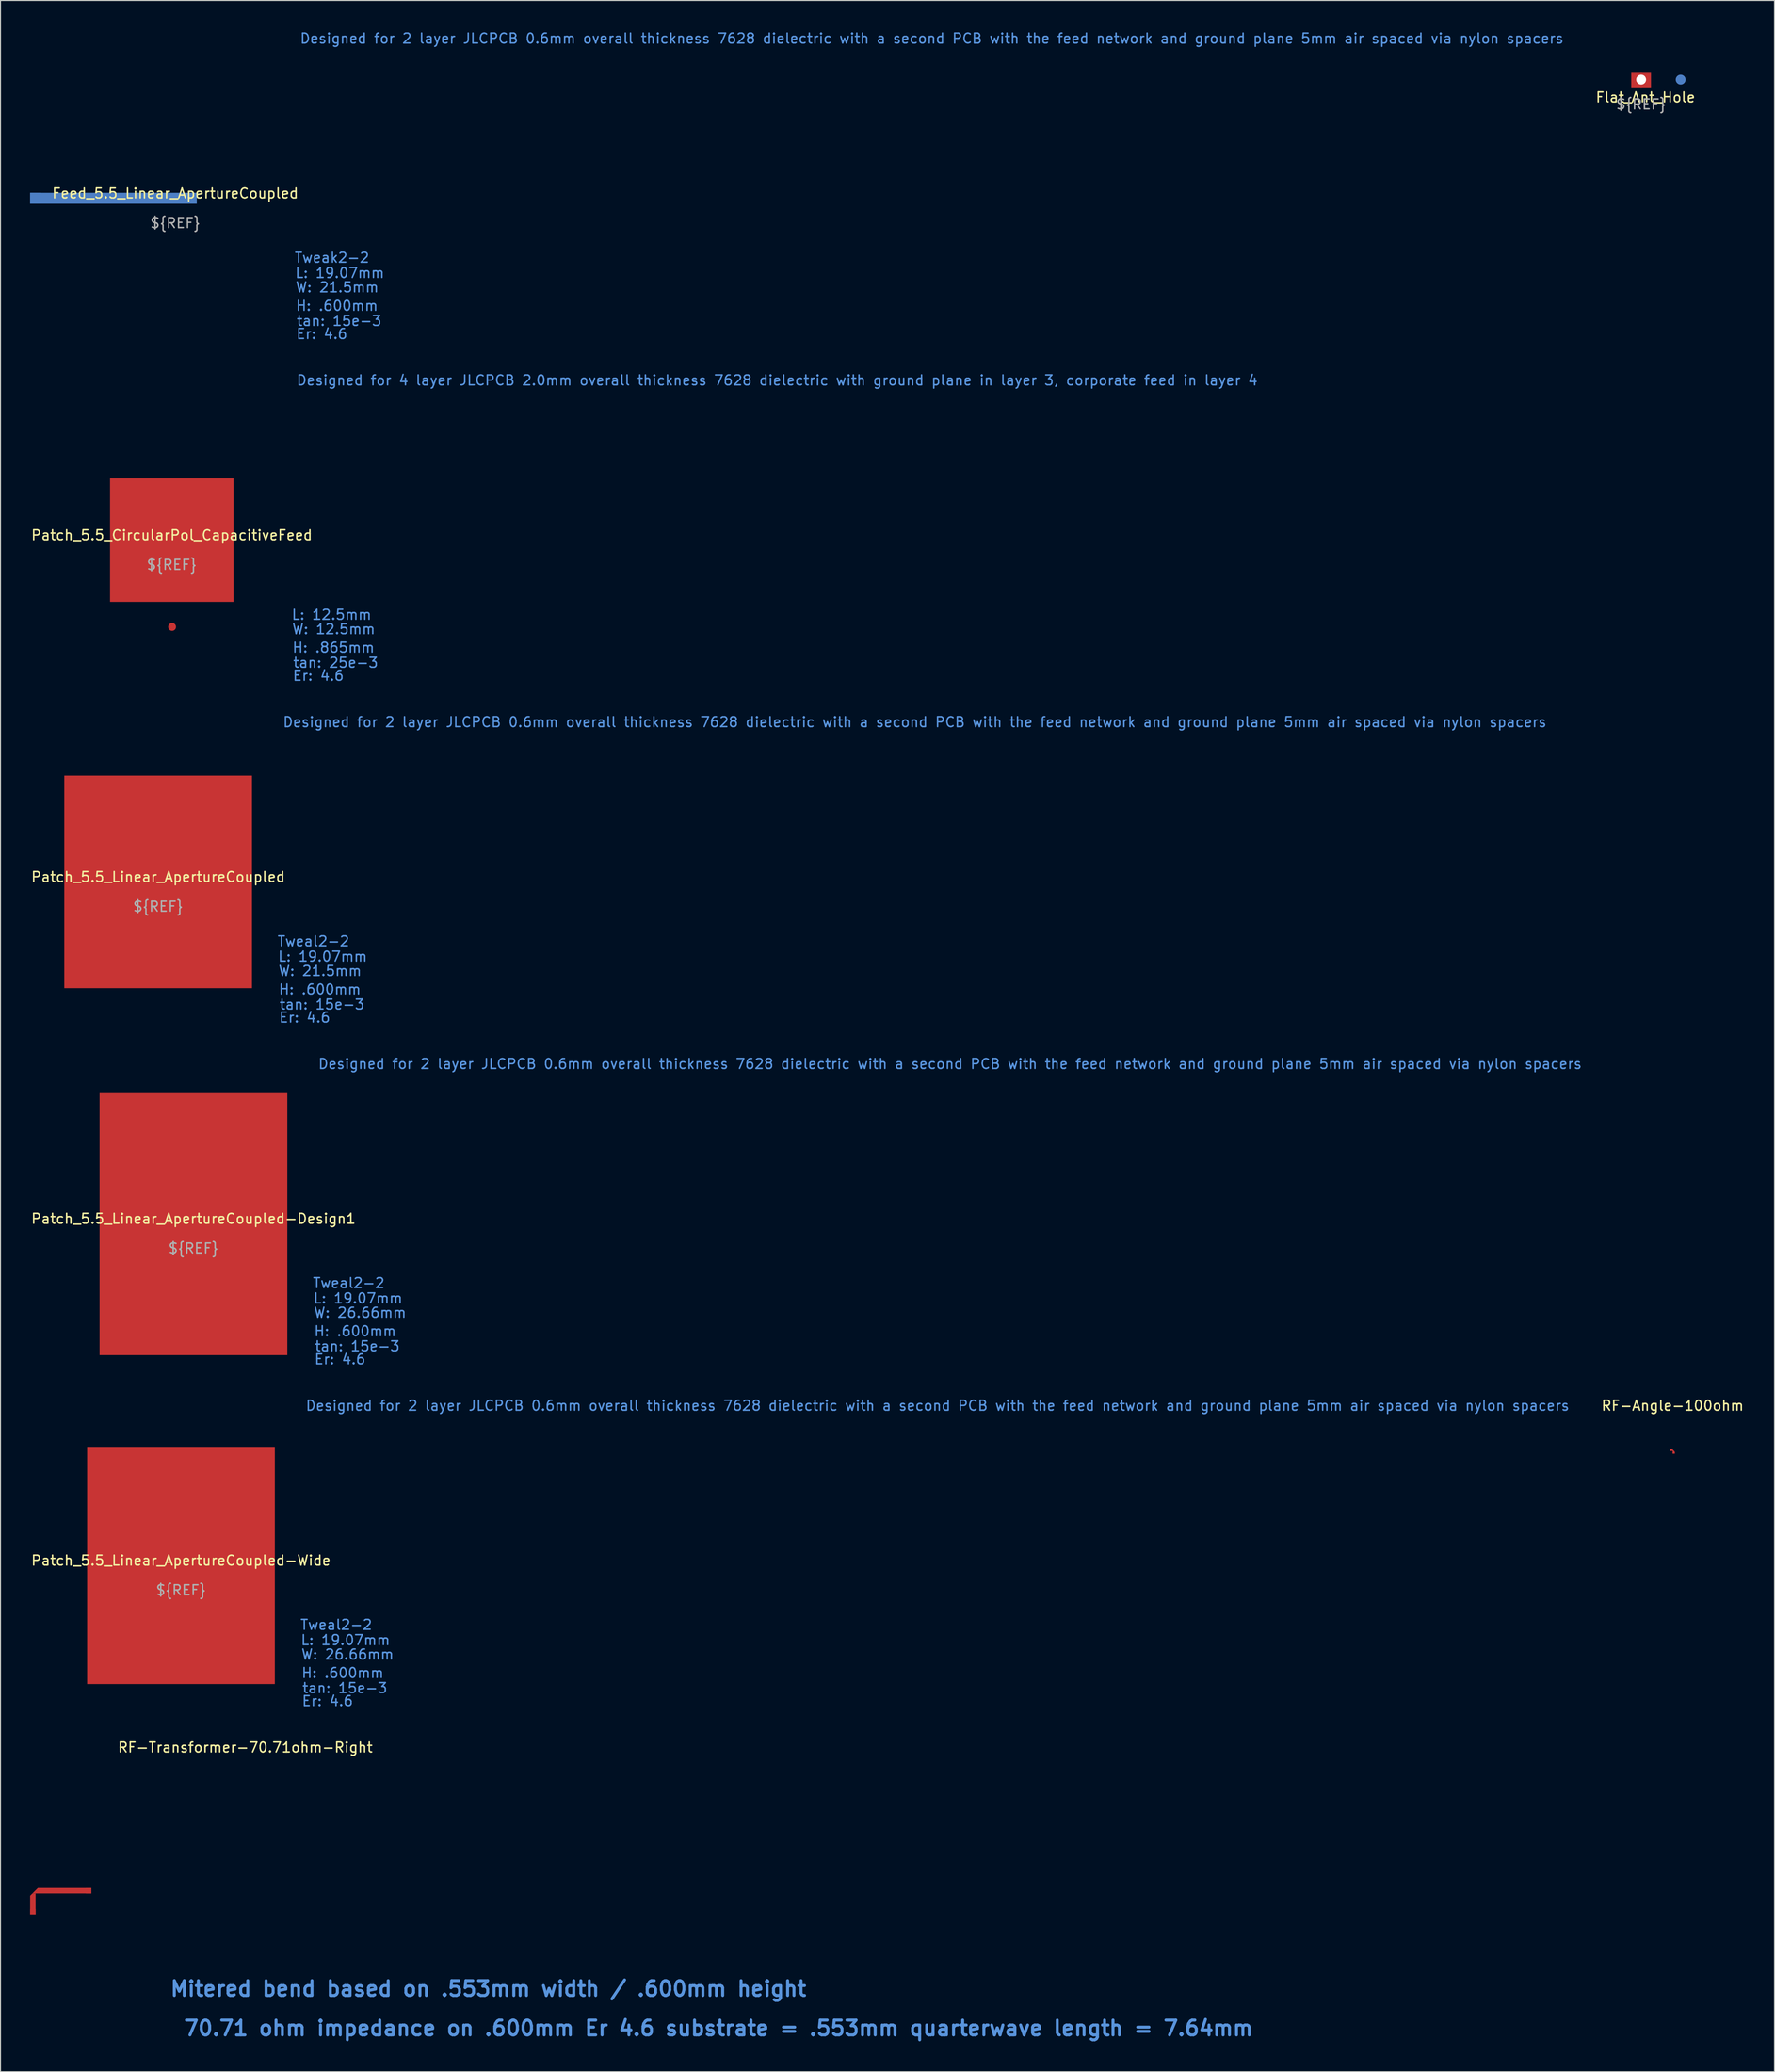
<source format=kicad_pcb>
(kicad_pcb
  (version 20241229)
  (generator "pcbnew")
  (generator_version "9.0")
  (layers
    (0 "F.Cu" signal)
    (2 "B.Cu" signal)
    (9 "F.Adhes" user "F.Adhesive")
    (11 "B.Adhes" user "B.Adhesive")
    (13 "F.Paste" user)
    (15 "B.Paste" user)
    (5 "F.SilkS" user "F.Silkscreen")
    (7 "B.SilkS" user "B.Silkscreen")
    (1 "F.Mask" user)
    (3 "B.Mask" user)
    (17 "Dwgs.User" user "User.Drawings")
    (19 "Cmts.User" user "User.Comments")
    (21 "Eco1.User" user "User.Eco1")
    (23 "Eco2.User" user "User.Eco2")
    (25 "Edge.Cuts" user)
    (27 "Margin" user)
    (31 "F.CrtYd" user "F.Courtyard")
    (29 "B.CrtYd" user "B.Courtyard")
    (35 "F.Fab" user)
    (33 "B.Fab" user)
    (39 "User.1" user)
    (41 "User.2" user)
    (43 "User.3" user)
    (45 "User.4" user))
  (footprint "Patch_5.5_CircularPol_CapacitiveFeed"
    (layer "F.Cu")
    (at 14.339 51.601)
    (property "Reference" "Patch_5.5_CircularPol_CapacitiveFeed" (at 0 -0.5 0) (unlocked yes) (layer "F.SilkS") (effects (font (size 1 1) (thickness 0.15))))
    (attr through_hole)
    (fp_poly (pts (xy 6.25 -6.25) (xy 6.25 6.25) (xy -6.25 6.25) (xy -6.25 -6.25)) (stroke (width 0.0001) (type solid)) (fill yes) (layer "F.Cu"))
    (fp_text user "H: .865mm" (at 12.126 10.872 0) (unlocked yes) (layer "Cmts.User") (effects (font (size 1 1) (thickness 0.15)) (justify left)))
    (fp_text user "Designed for 4 layer JLCPCB 2.0mm overall thickness 7628 dielectric with ground plane in layer 3, corporate feed in layer 4" (at 12.55 -16.17 0) (unlocked yes) (layer "Cmts.User") (effects (font (size 1 1) (thickness 0.15)) (justify left)))
    (fp_text user "tan: 25e-3" (at 12.2 12.4 0) (unlocked yes) (layer "Cmts.User") (effects (font (size 1 1) (thickness 0.15)) (justify left)))
    (fp_text user "L: 12.5mm" (at 12.054 7.547 0) (unlocked yes) (layer "Cmts.User") (effects (font (size 1 1) (thickness 0.15)) (justify left)))
    (fp_text user "W: 12.5mm" (at 12.1 9 0) (unlocked yes) (layer "Cmts.User") (effects (font (size 1 1) (thickness 0.15)) (justify left)))
    (fp_text user "Er: 4.6" (at 12.163 13.716 0) (unlocked yes) (layer "Cmts.User") (effects (font (size 1 1) (thickness 0.15)) (justify left)))
    (fp_text user "${REF}" (at 0 2.5 0) (unlocked yes) (layer "F.Fab") (effects (font (size 1 1) (thickness 0.15))))
    (pad "1" smd circle (at 0.03 8.78) (size 0.792 0.792) (layers "F.Cu")))
  (footprint "Feed_5.5_Linear_ApertureCoupled"
    (layer "F.Cu")
    (at 14.69 17.018)
    (property "Reference" "Feed_5.5_Linear_ApertureCoupled" (at 0 -0.5 0) (unlocked yes) (layer "F.SilkS") (effects (font (size 1 1) (thickness 0.15))))
    (attr through_hole)
    (fp_rect (start -14.69 -0.554) (end 2.178 0.554) (stroke (width 0.0001) (type solid)) (fill yes) (layer "B.Cu"))
    (fp_text user "L: 19.07mm" (at 12.054 7.547 0) (unlocked yes) (layer "Cmts.User") (effects (font (size 1 1) (thickness 0.15)) (justify left)))
    (fp_text user "tan: 15e-3" (at 12.2 12.4 0) (unlocked yes) (layer "Cmts.User") (effects (font (size 1 1) (thickness 0.15)) (justify left)))
    (fp_text user "Er: 4.6" (at 12.163 13.716 0) (unlocked yes) (layer "Cmts.User") (effects (font (size 1 1) (thickness 0.15)) (justify left)))
    (fp_text user "Designed for 2 layer JLCPCB 0.6mm overall thickness 7628 dielectric with a second PCB with the feed network and ground plane 5mm air spaced via nylon spacers" (at 12.55 -16.17 0) (unlocked yes) (layer "Cmts.User") (effects (font (size 1 1) (thickness 0.15)) (justify left)))
    (fp_text user "Tweak2-2" (at 12 6 0) (unlocked yes) (layer "Cmts.User") (effects (font (size 1 1) (thickness 0.15)) (justify left)))
    (fp_text user "H: .600mm" (at 12.126 10.872 0) (unlocked yes) (layer "Cmts.User") (effects (font (size 1 1) (thickness 0.15)) (justify left)))
    (fp_text user "W: 21.5mm" (at 12.1 9 0) (unlocked yes) (layer "Cmts.User") (effects (font (size 1 1) (thickness 0.15)) (justify left)))
    (fp_text user "${REF}" (at 0 2.5 0) (unlocked yes) (layer "F.Fab") (effects (font (size 1 1) (thickness 0.15))))
    (pad "1" smd rect (at -14.136 -0.001) (size 1.109 1.109) (layers "B.Cu"))
    (zone (net_name "") (layer "F.Cu") (name "Aperture") (hatch edge 0.508) (connect_pads) (min_thickness 0.254) (filled_areas_thickness no) (keepout (tracks not_allowed) (vias not_allowed) (pads not_allowed) (copperpour not_allowed) (footprints not_allowed)) (placement (enabled no)) (fill) (polygon (pts (xy 14.963 24.228) (xy 14.417 24.228) (xy 14.417 9.808) (xy 14.963 9.808)))))
  (footprint "Flat_Ant_Hole"
    (layer "F.Cu")
    (at 163.056 5.012)
    (property "Reference" "Flat_Ant_Hole" (at 0.44 1.79 0) (unlocked yes) (layer "F.SilkS") (effects (font (size 1 1) (thickness 0.15))))
    (attr through_hole)
    (fp_poly (pts (xy 0.998 -0.782) (xy 0.998 0.782) (xy -1.002 0.782) (xy -1.002 -0.782)) (stroke (width 0.0001) (type solid)) (fill yes) (layer "F.Mask"))
    (fp_arc (start 1.095 -3.734) (mid 3.902205 -0.009972) (end 1.123 3.734999) (stroke (width 2.2) (type solid)) (layer "B.Mask"))
    (fp_poly (pts (xy 2.982 -0.486) (xy 0.003 -0.559) (xy 0.003 -4.996) (xy 1.284 -4.81)) (stroke (width 0.0001) (type solid)) (fill yes) (layer "B.Mask"))
    (fp_poly (pts (xy 1.468 4.784) (xy -0.002 5.004) (xy -0.005 0.56) (xy 0.616 0.555) (xy 0.597 -0.567) (xy 3.24 -0.486)) (stroke (width 0.0001) (type solid)) (fill yes) (layer "B.Mask"))
    (fp_poly (pts (xy 0.328 -4.991) (xy 0.526 -4.971) (xy 0.68 -4.948) (xy 0.908 -4.913) (xy 1.271 -4.826) (xy 1.783 -4.657) (xy 0.003 -4.662) (xy 0.003 -5.012) (xy 0.142 -5.004)) (stroke (width 0.0001) (type solid)) (fill yes) (layer "B.Mask"))
    (fp_poly (pts (xy 1.262 4.839) (xy 1.092 4.879) (xy 0.892 4.919) (xy 0.642 4.959) (xy 0.452 4.979) (xy 0.302 4.989) (xy 0.092 4.999) (xy 0.002 4.999) (xy 1.472 4.779)) (stroke (width 0.0001) (type solid)) (fill yes) (layer "B.Mask"))
    (fp_poly (pts (xy 0.613 0.561) (xy 0.023 0.561) (xy 0.113 0.541) (xy 0.223 0.501) (xy 0.323 0.451) (xy 0.413 0.381) (xy 0.473 0.311) (xy 0.541 0.174) (xy 0.552 -0.049) (xy 0.515 -0.19) (xy 0.463 -0.279) (xy 0.413 -0.349) (xy 0.353 -0.419) (xy 0.283 -0.479) (xy 0.213 -0.519) (xy 0.113 -0.559) (xy 0.613 -0.559)) (stroke (width 0.0001) (type solid)) (fill yes) (layer "B.Mask"))
    (fp_text user "${REF}" (at 0 2.5 0) (unlocked yes) (layer "F.Fab") (effects (font (size 1 1) (thickness 0.15))))
    (pad "" np_thru_hole circle (at 0 0) (size 1.565 1.565) (drill 1) (layers "F.Cu" "F.Mask"))
    (pad "1" smd custom (at 0 0) (size 1.524 1.524) (layers "F.Cu") (options (anchor circle)) (primitives (gr_poly (pts (xy 0.998 -0.782) (xy 0.998 0.782) (xy -1.002 0.782) (xy -1.002 -0.782)) (width 0.0001) (fill yes))))
    (pad "2" smd circle (at 4 0) (size 1 1) (layers "B.Cu")))
  (footprint "Patch_5.5_Linear_ApertureCoupled-Design1"
    (layer "F.Cu")
    (at 16.53 120.766)
    (property "Reference" "Patch_5.5_Linear_ApertureCoupled-Design1" (at 0 -0.5 0) (unlocked yes) (layer "F.SilkS") (effects (font (size 1 1) (thickness 0.15))))
    (attr through_hole)
    (fp_rect (start -9.5 -13.3) (end 9.5 13.3) (stroke (width 0.0001) (type solid)) (fill yes) (layer "F.Cu"))
    (fp_text user "W: 26.66mm" (at 12.1 9 0) (unlocked yes) (layer "Cmts.User") (effects (font (size 1 1) (thickness 0.15)) (justify left)))
    (fp_text user "H: .600mm" (at 12.126 10.872 0) (unlocked yes) (layer "Cmts.User") (effects (font (size 1 1) (thickness 0.15)) (justify left)))
    (fp_text user "L: 19.07mm" (at 12.054 7.547 0) (unlocked yes) (layer "Cmts.User") (effects (font (size 1 1) (thickness 0.15)) (justify left)))
    (fp_text user "Tweal2-2" (at 12 6 0) (unlocked yes) (layer "Cmts.User") (effects (font (size 1 1) (thickness 0.15)) (justify left)))
    (fp_text user "Er: 4.6" (at 12.163 13.716 0) (unlocked yes) (layer "Cmts.User") (effects (font (size 1 1) (thickness 0.15)) (justify left)))
    (fp_text user "tan: 15e-3" (at 12.2 12.4 0) (unlocked yes) (layer "Cmts.User") (effects (font (size 1 1) (thickness 0.15)) (justify left)))
    (fp_text user "Designed for 2 layer JLCPCB 0.6mm overall thickness 7628 dielectric with a second PCB with the feed network and ground plane 5mm air spaced via nylon spacers" (at 12.55 -16.17 0) (unlocked yes) (layer "Cmts.User") (effects (font (size 1 1) (thickness 0.15)) (justify left)))
    (fp_text user "${REF}" (at 0 2.5 0) (unlocked yes) (layer "F.Fab") (effects (font (size 1 1) (thickness 0.15)))))
  (footprint "RF-Angle-100ohm"
    (layer "F.Cu")
    (at 166.351 143.658)
    (property "Reference" "RF-Angle-100ohm" (at -0.111 -4.48 0) (unlocked yes) (layer "F.SilkS") (effects (font (size 1 1) (thickness 0.15))))
    (fp_poly (pts (xy 0.111 0.182) (xy 0.111 0.376) (xy -0.111 0.376) (xy -0.111 0.111) (xy -0.376 0.111) (xy -0.376 -0.111) (xy -0.177 -0.111)) (stroke (width 0.0001) (type solid)) (fill yes) (layer "F.Cu"))
    (pad "1" connect rect (at -0.32 0) (size 0.111 0.222) (layers "F.Cu"))
    (pad "2" connect rect (at 0 0.32) (size 0.222 0.111) (layers "F.Cu")))
  (footprint "Patch_5.5_Linear_ApertureCoupled"
    (layer "F.Cu")
    (at 12.958 86.183)
    (property "Reference" "Patch_5.5_Linear_ApertureCoupled" (at 0 -0.5 0) (unlocked yes) (layer "F.SilkS") (effects (font (size 1 1) (thickness 0.15))))
    (attr through_hole)
    (fp_rect (start -9.5 -10.75) (end 9.5 10.75) (stroke (width 0.0001) (type solid)) (fill yes) (layer "F.Cu"))
    (fp_text user "H: .600mm" (at 12.126 10.872 0) (unlocked yes) (layer "Cmts.User") (effects (font (size 1 1) (thickness 0.15)) (justify left)))
    (fp_text user "L: 19.07mm" (at 12.054 7.547 0) (unlocked yes) (layer "Cmts.User") (effects (font (size 1 1) (thickness 0.15)) (justify left)))
    (fp_text user "Tweal2-2" (at 12 6 0) (unlocked yes) (layer "Cmts.User") (effects (font (size 1 1) (thickness 0.15)) (justify left)))
    (fp_text user "Designed for 2 layer JLCPCB 0.6mm overall thickness 7628 dielectric with a second PCB with the feed network and ground plane 5mm air spaced via nylon spacers" (at 12.55 -16.17 0) (unlocked yes) (layer "Cmts.User") (effects (font (size 1 1) (thickness 0.15)) (justify left)))
    (fp_text user "W: 21.5mm" (at 12.1 9 0) (unlocked yes) (layer "Cmts.User") (effects (font (size 1 1) (thickness 0.15)) (justify left)))
    (fp_text user "Er: 4.6" (at 12.163 13.716 0) (unlocked yes) (layer "Cmts.User") (effects (font (size 1 1) (thickness 0.15)) (justify left)))
    (fp_text user "tan: 15e-3" (at 12.2 12.4 0) (unlocked yes) (layer "Cmts.User") (effects (font (size 1 1) (thickness 0.15)) (justify left)))
    (fp_text user "${REF}" (at 0 2.5 0) (unlocked yes) (layer "F.Fab") (effects (font (size 1 1) (thickness 0.15)))))
  (footprint "Patch_5.5_Linear_ApertureCoupled-Wide"
    (layer "F.Cu")
    (at 15.268 155.348)
    (property "Reference" "Patch_5.5_Linear_ApertureCoupled-Wide" (at 0 -0.5 0) (unlocked yes) (layer "F.SilkS") (effects (font (size 1 1) (thickness 0.15))))
    (attr through_hole)
    (fp_rect (start -9.5 -12) (end 9.5 12) (stroke (width 0.0001) (type solid)) (fill yes) (layer "F.Cu"))
    (fp_text user "Designed for 2 layer JLCPCB 0.6mm overall thickness 7628 dielectric with a second PCB with the feed network and ground plane 5mm air spaced via nylon spacers" (at 12.55 -16.17 0) (unlocked yes) (layer "Cmts.User") (effects (font (size 1 1) (thickness 0.15)) (justify left)))
    (fp_text user "Tweal2-2" (at 12 6 0) (unlocked yes) (layer "Cmts.User") (effects (font (size 1 1) (thickness 0.15)) (justify left)))
    (fp_text user "tan: 15e-3" (at 12.2 12.4 0) (unlocked yes) (layer "Cmts.User") (effects (font (size 1 1) (thickness 0.15)) (justify left)))
    (fp_text user "L: 19.07mm" (at 12.054 7.547 0) (unlocked yes) (layer "Cmts.User") (effects (font (size 1 1) (thickness 0.15)) (justify left)))
    (fp_text user "H: .600mm" (at 12.126 10.872 0) (unlocked yes) (layer "Cmts.User") (effects (font (size 1 1) (thickness 0.15)) (justify left)))
    (fp_text user "Er: 4.6" (at 12.163 13.716 0) (unlocked yes) (layer "Cmts.User") (effects (font (size 1 1) (thickness 0.15)) (justify left)))
    (fp_text user "W: 26.66mm" (at 12.1 9 0) (unlocked yes) (layer "Cmts.User") (effects (font (size 1 1) (thickness 0.15)) (justify left)))
    (fp_text user "${REF}" (at 0 2.5 0) (unlocked yes) (layer "F.Fab") (effects (font (size 1 1) (thickness 0.15)))))
  (footprint "RF-Transformer-70.71ohm-Right"
    (layer "F.Cu")
    (at 0.277 188.261)
    (property "Reference" "RF-Transformer-70.71ohm-Right" (at 21.5 -14.5 0) (unlocked yes) (layer "F.SilkS") (effects (font (size 1 1) (thickness 0.15))))
    (fp_poly (pts (xy -0.277 0.506) (xy -0.277 2.396) (xy 0.277 2.396) (xy 0.277 0.277) (xy -0.049 0.277)) (stroke (width 0.0001) (type solid)) (fill yes) (layer "F.Cu"))
    (fp_poly (pts (xy 5.92 0.277) (xy 5.92 -0.277) (xy 0.506 -0.277) (xy -0.049 0.277) (xy 0.277 0.277)) (stroke (width 0.0001) (type solid)) (fill yes) (layer "F.Cu"))
    (fp_text user "Mitered bend based on .553mm width / .600mm height" (at 46.105 9.915 0) (unlocked yes) (layer "Cmts.User") (effects (font (size 1.5 1.5) (thickness 0.3))))
    (fp_text user "70.71 ohm impedance on .600mm Er 4.6 substrate = .553mm quarterwave length = 7.64mm" (at 69.397 13.907 0) (unlocked yes) (layer "Cmts.User") (effects (font (size 1.5 1.5) (thickness 0.3))))
    (pad "1" smd rect (at 5.642 -0.001) (size 0.553 0.553) (layers "F.Cu"))
    (pad "2" smd rect (at 0 2.119) (size 0.553 0.553) (layers "F.Cu")))
  (gr_rect
    (start -3 -3)
    (end 176.556 206.572)
    (stroke (width 0.1) (type default))
    (fill no)
    (layer "Edge.Cuts")))
</source>
